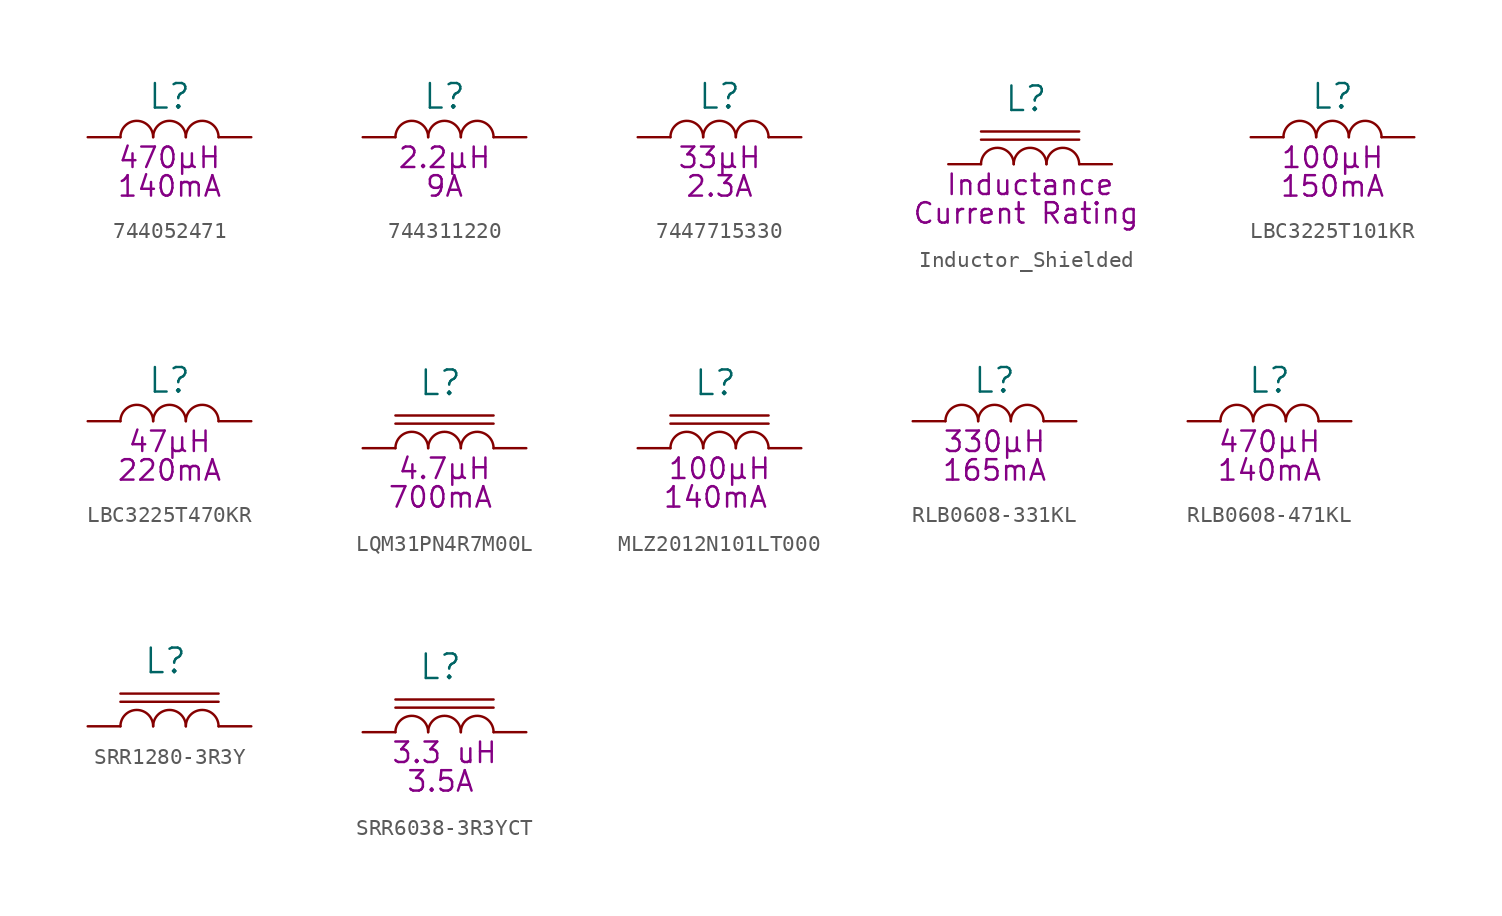
<source format=kicad_sym>
(kicad_symbol_lib
  (version 20211014)
  (generator kicad_symbol_editor)
  (symbol "744052471"
    (pin_numbers hide)
    (pin_names
      (offset 0) hide)
    (property "Reference" "L"
      (at 0 2.54 0)
      (effects (font (size 1.524 1.524))))
    (property "Inductance (Henry)" "470µH"
      (at 0 -1.27 0)
      (effects (font (size 1.27 1.27))))
    (property "Current Rating (Ampere)" "140mA"
      (at 0 -3.048 0)
      (effects (font (size 1.27 1.27))))
    (symbol "744052471_0_1"
      (arc (start -1.016 0) (mid -2.032 1.016) (end -3.048 0) (stroke (width 0) (type default) (color 0 0 0 0)) (fill (type none)))
      (arc (start 1.016 0) (mid 0 1.016) (end -1.016 0) (stroke (width 0) (type default) (color 0 0 0 0)) (fill (type none)))
      (arc (start 3.048 0) (mid 2.032 1.016) (end 1.016 0) (stroke (width 0) (type default) (color 0 0 0 0)) (fill (type none))))
    (symbol "744052471_1_1"
      (pin passive line (at -5.08 0 0) (length 2.032) (name "1" (effects (font (size 1.27 1.27)))) (number "1" (effects (font (size 1.27 1.27)))))
      (pin passive line (at 5.08 0 180) (length 2.032) (name "2" (effects (font (size 1.27 1.27)))) (number "2" (effects (font (size 1.27 1.27)))))))
  (symbol "744311220"
    (pin_numbers hide)
    (pin_names
      (offset 0) hide)
    (property "Reference" "L"
      (at 0 2.54 0)
      (effects (font (size 1.524 1.524))))
    (property "Inductance (Henry)" "2.2µH"
      (at 0 -1.27 0)
      (effects (font (size 1.27 1.27))))
    (property "Current Rating (Ampere)" "9A"
      (at 0 -3.048 0)
      (effects (font (size 1.27 1.27))))
    (symbol "744311220_0_1"
      (arc (start -1.016 0) (mid -2.032 1.016) (end -3.048 0) (stroke (width 0) (type default) (color 0 0 0 0)) (fill (type none)))
      (arc (start 1.016 0) (mid 0 1.016) (end -1.016 0) (stroke (width 0) (type default) (color 0 0 0 0)) (fill (type none)))
      (arc (start 3.048 0) (mid 2.032 1.016) (end 1.016 0) (stroke (width 0) (type default) (color 0 0 0 0)) (fill (type none))))
    (symbol "744311220_1_1"
      (pin passive line (at -5.08 0 0) (length 2.032) (name "1" (effects (font (size 1.27 1.27)))) (number "1" (effects (font (size 1.27 1.27)))))
      (pin passive line (at 5.08 0 180) (length 2.032) (name "2" (effects (font (size 1.27 1.27)))) (number "2" (effects (font (size 1.27 1.27)))))))
  (symbol "7447715330"
    (pin_numbers hide)
    (pin_names
      (offset 0) hide)
    (property "Reference" "L"
      (at 0 2.54 0)
      (effects (font (size 1.524 1.524))))
    (property "Inductance (Henry)" "33µH"
      (at 0 -1.27 0)
      (effects (font (size 1.27 1.27))))
    (property "Current Rating (Ampere)" "2.3A"
      (at 0 -3.048 0)
      (effects (font (size 1.27 1.27))))
    (symbol "7447715330_0_1"
      (arc (start -1.016 0) (mid -2.032 1.016) (end -3.048 0) (stroke (width 0) (type default) (color 0 0 0 0)) (fill (type none)))
      (arc (start 1.016 0) (mid 0 1.016) (end -1.016 0) (stroke (width 0) (type default) (color 0 0 0 0)) (fill (type none)))
      (arc (start 3.048 0) (mid 2.032 1.016) (end 1.016 0) (stroke (width 0) (type default) (color 0 0 0 0)) (fill (type none))))
    (symbol "7447715330_1_1"
      (pin passive line (at -5.08 0 0) (length 2.032) (name "1" (effects (font (size 1.27 1.27)))) (number "1" (effects (font (size 1.27 1.27)))))
      (pin passive line (at 5.08 0 180) (length 2.032) (name "2" (effects (font (size 1.27 1.27)))) (number "2" (effects (font (size 1.27 1.27)))))))
  (symbol "Inductor_Shielded"
    (pin_numbers hide)
    (pin_names
      (offset 0) hide)
    (property "Reference" "L"
      (at -0.254 4.064 0)
      (effects (font (size 1.524 1.524))))
    (property "Inductance (Henry)" "Inductance"
      (at 0 -1.27 0)
      (effects (font (size 1.27 1.27))))
    (property "Current Rating (Ampere)" "Current Rating"
      (at -0.254 -3.048 0)
      (effects (font (size 1.27 1.27))))
    (symbol "Inductor_Shielded_0_1"
      (arc (start -1.016 0) (mid -2.032 1.016) (end -3.048 0) (stroke (width 0) (type default) (color 0 0 0 0)) (fill (type none)))
      (polyline (pts (xy -3.048 1.524) (xy 3.048 1.524)) (stroke (width 0) (type default) (color 0 0 0 0)) (fill (type none)))
      (polyline (pts (xy -3.048 2.032) (xy 3.048 2.032)) (stroke (width 0) (type default) (color 0 0 0 0)) (fill (type none)))
      (arc (start 1.016 0) (mid 0 1.016) (end -1.016 0) (stroke (width 0) (type default) (color 0 0 0 0)) (fill (type none)))
      (arc (start 3.048 0) (mid 2.032 1.016) (end 1.016 0) (stroke (width 0) (type default) (color 0 0 0 0)) (fill (type none))))
    (symbol "Inductor_Shielded_1_1"
      (pin passive line (at -5.08 0 0) (length 2.032) (name "1" (effects (font (size 1.27 1.27)))) (number "1" (effects (font (size 1.27 1.27)))))
      (pin passive line (at 5.08 0 180) (length 2.032) (name "2" (effects (font (size 1.27 1.27)))) (number "2" (effects (font (size 1.27 1.27)))))))
  (symbol "LBC3225T101KR"
    (pin_numbers hide)
    (pin_names
      (offset 0) hide)
    (property "Reference" "L"
      (at 0 2.54 0)
      (effects (font (size 1.524 1.524))))
    (property "Inductance (Henry)" "100µH"
      (at 0 -1.27 0)
      (effects (font (size 1.27 1.27))))
    (property "Current Rating (Ampere)" "150mA"
      (at 0 -3.048 0)
      (effects (font (size 1.27 1.27))))
    (symbol "LBC3225T101KR_0_1"
      (arc (start -1.016 0) (mid -2.032 1.016) (end -3.048 0) (stroke (width 0) (type default) (color 0 0 0 0)) (fill (type none)))
      (arc (start 1.016 0) (mid 0 1.016) (end -1.016 0) (stroke (width 0) (type default) (color 0 0 0 0)) (fill (type none)))
      (arc (start 3.048 0) (mid 2.032 1.016) (end 1.016 0) (stroke (width 0) (type default) (color 0 0 0 0)) (fill (type none))))
    (symbol "LBC3225T101KR_1_1"
      (pin passive line (at -5.08 0 0) (length 2.032) (name "1" (effects (font (size 1.27 1.27)))) (number "1" (effects (font (size 1.27 1.27)))))
      (pin passive line (at 5.08 0 180) (length 2.032) (name "2" (effects (font (size 1.27 1.27)))) (number "2" (effects (font (size 1.27 1.27)))))))
  (symbol "LBC3225T470KR"
    (pin_numbers hide)
    (pin_names
      (offset 0) hide)
    (property "Reference" "L"
      (at 0 2.54 0)
      (effects (font (size 1.524 1.524))))
    (property "Inductance (Henry)" "47µH"
      (at 0 -1.27 0)
      (effects (font (size 1.27 1.27))))
    (property "Current Rating (Ampere)" "220mA"
      (at 0 -3.048 0)
      (effects (font (size 1.27 1.27))))
    (symbol "LBC3225T470KR_0_1"
      (arc (start -1.016 0) (mid -2.032 1.016) (end -3.048 0) (stroke (width 0) (type default) (color 0 0 0 0)) (fill (type none)))
      (arc (start 1.016 0) (mid 0 1.016) (end -1.016 0) (stroke (width 0) (type default) (color 0 0 0 0)) (fill (type none)))
      (arc (start 3.048 0) (mid 2.032 1.016) (end 1.016 0) (stroke (width 0) (type default) (color 0 0 0 0)) (fill (type none))))
    (symbol "LBC3225T470KR_1_1"
      (pin passive line (at -5.08 0 0) (length 2.032) (name "1" (effects (font (size 1.27 1.27)))) (number "1" (effects (font (size 1.27 1.27)))))
      (pin passive line (at 5.08 0 180) (length 2.032) (name "2" (effects (font (size 1.27 1.27)))) (number "2" (effects (font (size 1.27 1.27)))))))
  (symbol "LQM31PN4R7M00L"
    (pin_numbers hide)
    (pin_names
      (offset 0) hide)
    (property "Reference" "L"
      (at -0.254 4.064 0)
      (effects (font (size 1.524 1.524))))
    (property "Inductance (Henry)" "4.7µH"
      (at 0 -1.27 0)
      (effects (font (size 1.27 1.27))))
    (property "Current Rating (Ampere)" "700mA"
      (at -0.254 -3.048 0)
      (effects (font (size 1.27 1.27))))
    (symbol "LQM31PN4R7M00L_0_1"
      (arc (start -1.016 0) (mid -2.032 1.016) (end -3.048 0) (stroke (width 0) (type default) (color 0 0 0 0)) (fill (type none)))
      (polyline (pts (xy -3.048 1.524) (xy 3.048 1.524)) (stroke (width 0) (type default) (color 0 0 0 0)) (fill (type none)))
      (polyline (pts (xy -3.048 2.032) (xy 3.048 2.032)) (stroke (width 0) (type default) (color 0 0 0 0)) (fill (type none)))
      (arc (start 1.016 0) (mid 0 1.016) (end -1.016 0) (stroke (width 0) (type default) (color 0 0 0 0)) (fill (type none)))
      (arc (start 3.048 0) (mid 2.032 1.016) (end 1.016 0) (stroke (width 0) (type default) (color 0 0 0 0)) (fill (type none))))
    (symbol "LQM31PN4R7M00L_1_1"
      (pin passive line (at -5.08 0 0) (length 2.032) (name "1" (effects (font (size 1.27 1.27)))) (number "1" (effects (font (size 1.27 1.27)))))
      (pin passive line (at 5.08 0 180) (length 2.032) (name "2" (effects (font (size 1.27 1.27)))) (number "2" (effects (font (size 1.27 1.27)))))))
  (symbol "MLZ2012N101LT000"
    (pin_numbers hide)
    (pin_names
      (offset 0) hide)
    (property "Reference" "L"
      (at -0.254 4.064 0)
      (effects (font (size 1.524 1.524))))
    (property "Inductance (Henry)" "100µH"
      (at 0 -1.27 0)
      (effects (font (size 1.27 1.27))))
    (property "Current Rating (Ampere)" "140mA"
      (at -0.254 -3.048 0)
      (effects (font (size 1.27 1.27))))
    (symbol "MLZ2012N101LT000_0_1"
      (arc (start -1.016 0) (mid -2.032 1.016) (end -3.048 0) (stroke (width 0) (type default) (color 0 0 0 0)) (fill (type none)))
      (polyline (pts (xy -3.048 1.524) (xy 3.048 1.524)) (stroke (width 0) (type default) (color 0 0 0 0)) (fill (type none)))
      (polyline (pts (xy -3.048 2.032) (xy 3.048 2.032)) (stroke (width 0) (type default) (color 0 0 0 0)) (fill (type none)))
      (arc (start 1.016 0) (mid 0 1.016) (end -1.016 0) (stroke (width 0) (type default) (color 0 0 0 0)) (fill (type none)))
      (arc (start 3.048 0) (mid 2.032 1.016) (end 1.016 0) (stroke (width 0) (type default) (color 0 0 0 0)) (fill (type none))))
    (symbol "MLZ2012N101LT000_1_1"
      (pin passive line (at -5.08 0 0) (length 2.032) (name "1" (effects (font (size 1.27 1.27)))) (number "1" (effects (font (size 1.27 1.27)))))
      (pin passive line (at 5.08 0 180) (length 2.032) (name "2" (effects (font (size 1.27 1.27)))) (number "2" (effects (font (size 1.27 1.27)))))))
  (symbol "RLB0608-331KL"
    (pin_numbers hide)
    (pin_names
      (offset 0) hide)
    (property "Reference" "L"
      (at 0 2.54 0)
      (effects (font (size 1.524 1.524))))
    (property "Inductance (Henry)" "330µH"
      (at 0 -1.27 0)
      (effects (font (size 1.27 1.27))))
    (property "Current Rating (Ampere)" "165mA"
      (at 0 -3.048 0)
      (effects (font (size 1.27 1.27))))
    (symbol "RLB0608-331KL_0_1"
      (arc (start -1.016 0) (mid -2.032 1.016) (end -3.048 0) (stroke (width 0) (type default) (color 0 0 0 0)) (fill (type none)))
      (arc (start 1.016 0) (mid 0 1.016) (end -1.016 0) (stroke (width 0) (type default) (color 0 0 0 0)) (fill (type none)))
      (arc (start 3.048 0) (mid 2.032 1.016) (end 1.016 0) (stroke (width 0) (type default) (color 0 0 0 0)) (fill (type none))))
    (symbol "RLB0608-331KL_1_1"
      (pin passive line (at -5.08 0 0) (length 2.032) (name "1" (effects (font (size 1.27 1.27)))) (number "1" (effects (font (size 1.27 1.27)))))
      (pin passive line (at 5.08 0 180) (length 2.032) (name "2" (effects (font (size 1.27 1.27)))) (number "2" (effects (font (size 1.27 1.27)))))))
  (symbol "RLB0608-471KL"
    (pin_numbers hide)
    (pin_names
      (offset 0) hide)
    (property "Reference" "L"
      (at 0 2.54 0)
      (effects (font (size 1.524 1.524))))
    (property "Inductance (Henry)" "470µH"
      (at 0 -1.27 0)
      (effects (font (size 1.27 1.27))))
    (property "Current Rating (Ampere)" "140mA"
      (at 0 -3.048 0)
      (effects (font (size 1.27 1.27))))
    (symbol "RLB0608-471KL_0_1"
      (arc (start -1.016 0) (mid -2.032 1.016) (end -3.048 0) (stroke (width 0) (type default) (color 0 0 0 0)) (fill (type none)))
      (arc (start 1.016 0) (mid 0 1.016) (end -1.016 0) (stroke (width 0) (type default) (color 0 0 0 0)) (fill (type none)))
      (arc (start 3.048 0) (mid 2.032 1.016) (end 1.016 0) (stroke (width 0) (type default) (color 0 0 0 0)) (fill (type none))))
    (symbol "RLB0608-471KL_1_1"
      (pin passive line (at -5.08 0 0) (length 2.032) (name "1" (effects (font (size 1.27 1.27)))) (number "1" (effects (font (size 1.27 1.27)))))
      (pin passive line (at 5.08 0 180) (length 2.032) (name "2" (effects (font (size 1.27 1.27)))) (number "2" (effects (font (size 1.27 1.27)))))))
  (symbol "SRR1280-3R3Y"
    (pin_numbers hide)
    (pin_names
      (offset 0) hide)
    (property "Reference" "L"
      (at -0.254 4.064 0)
      (effects (font (size 1.524 1.524))))
    (symbol "SRR1280-3R3Y_0_1"
      (arc (start -1.016 0) (mid -2.032 1.016) (end -3.048 0) (stroke (width 0) (type default) (color 0 0 0 0)) (fill (type none)))
      (polyline (pts (xy -3.048 1.524) (xy 3.048 1.524)) (stroke (width 0) (type default) (color 0 0 0 0)) (fill (type none)))
      (polyline (pts (xy -3.048 2.032) (xy 3.048 2.032)) (stroke (width 0) (type default) (color 0 0 0 0)) (fill (type none)))
      (arc (start 1.016 0) (mid 0 1.016) (end -1.016 0) (stroke (width 0) (type default) (color 0 0 0 0)) (fill (type none)))
      (arc (start 3.048 0) (mid 2.032 1.016) (end 1.016 0) (stroke (width 0) (type default) (color 0 0 0 0)) (fill (type none))))
    (symbol "SRR1280-3R3Y_1_1"
      (pin passive line (at -5.08 0 0) (length 2.032) (name "1" (effects (font (size 1.27 1.27)))) (number "1" (effects (font (size 1.27 1.27)))))
      (pin passive line (at 5.08 0 180) (length 2.032) (name "2" (effects (font (size 1.27 1.27)))) (number "2" (effects (font (size 1.27 1.27)))))))
  (symbol "SRR6038-3R3YCT"
    (pin_numbers hide)
    (pin_names
      (offset 0) hide)
    (property "Reference" "L"
      (at -0.254 4.064 0)
      (effects (font (size 1.524 1.524))))
    (property "Inductance (Henry)" "3.3 uH"
      (at 0 -1.27 0)
      (effects (font (size 1.27 1.27))))
    (property "Current Rating (Ampere)" "3.5A"
      (at -0.254 -3.048 0)
      (effects (font (size 1.27 1.27))))
    (symbol "SRR6038-3R3YCT_0_1"
      (arc (start -1.016 0) (mid -2.032 1.016) (end -3.048 0) (stroke (width 0) (type default) (color 0 0 0 0)) (fill (type none)))
      (polyline (pts (xy -3.048 1.524) (xy 3.048 1.524)) (stroke (width 0) (type default) (color 0 0 0 0)) (fill (type none)))
      (polyline (pts (xy -3.048 2.032) (xy 3.048 2.032)) (stroke (width 0) (type default) (color 0 0 0 0)) (fill (type none)))
      (arc (start 1.016 0) (mid 0 1.016) (end -1.016 0) (stroke (width 0) (type default) (color 0 0 0 0)) (fill (type none)))
      (arc (start 3.048 0) (mid 2.032 1.016) (end 1.016 0) (stroke (width 0) (type default) (color 0 0 0 0)) (fill (type none))))
    (symbol "SRR6038-3R3YCT_1_1"
      (pin passive line (at -5.08 0 0) (length 2.032) (name "1" (effects (font (size 1.27 1.27)))) (number "1" (effects (font (size 1.27 1.27)))))
      (pin passive line (at 5.08 0 180) (length 2.032) (name "2" (effects (font (size 1.27 1.27)))) (number "2" (effects (font (size 1.27 1.27))))))))
</source>
